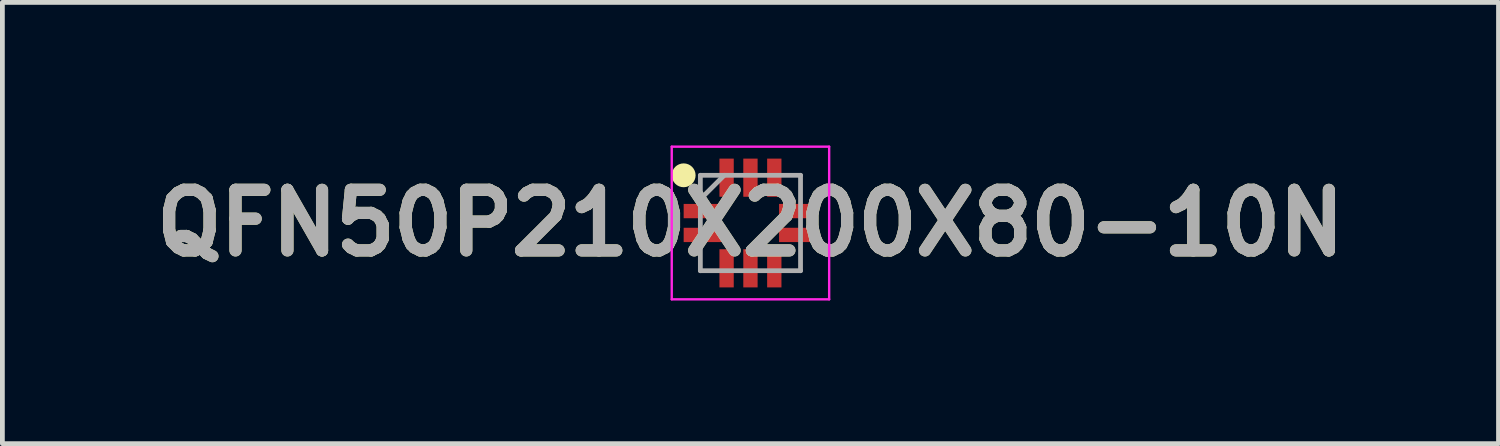
<source format=kicad_pcb>
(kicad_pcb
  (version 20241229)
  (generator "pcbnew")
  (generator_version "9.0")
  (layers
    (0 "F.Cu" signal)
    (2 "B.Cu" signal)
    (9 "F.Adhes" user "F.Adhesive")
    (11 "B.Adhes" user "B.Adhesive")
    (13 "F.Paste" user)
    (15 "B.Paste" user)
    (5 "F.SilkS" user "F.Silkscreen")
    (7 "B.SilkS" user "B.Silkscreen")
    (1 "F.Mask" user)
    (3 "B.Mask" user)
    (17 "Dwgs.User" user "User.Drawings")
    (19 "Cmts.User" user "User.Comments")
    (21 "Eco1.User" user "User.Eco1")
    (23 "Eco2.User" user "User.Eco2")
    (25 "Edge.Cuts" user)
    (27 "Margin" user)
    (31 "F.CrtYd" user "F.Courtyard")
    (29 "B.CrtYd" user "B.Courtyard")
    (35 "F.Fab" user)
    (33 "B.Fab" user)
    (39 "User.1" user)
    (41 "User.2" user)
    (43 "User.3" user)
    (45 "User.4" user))
  (footprint "QFN50P210X200X80-10N"
    (layer "F.Cu")
    (at 12.682 1.625)
    (property "Reference" "QFN50P210X200X80-10N" (at 0 0 0) (layer "F.SilkS") (effects (font (size 1.27 1.27) (thickness 0.254))))
    (attr smd)
    (fp_circle (center -1.4 -1) (end -1.4 -0.875) (stroke (width 0.25) (type solid)) (fill no) (layer "F.SilkS"))
    (fp_line (start -1.65 -1.6) (end 1.65 -1.6) (stroke (width 0.05) (type solid)) (layer "F.CrtYd"))
    (fp_line (start -1.65 1.6) (end -1.65 -1.6) (stroke (width 0.05) (type solid)) (layer "F.CrtYd"))
    (fp_line (start 1.65 -1.6) (end 1.65 1.6) (stroke (width 0.05) (type solid)) (layer "F.CrtYd"))
    (fp_line (start 1.65 1.6) (end -1.65 1.6) (stroke (width 0.05) (type solid)) (layer "F.CrtYd"))
    (fp_line (start -1.05 -1) (end 1.05 -1) (stroke (width 0.1) (type solid)) (layer "F.Fab"))
    (fp_line (start -1.05 -0.5) (end -0.55 -1) (stroke (width 0.1) (type solid)) (layer "F.Fab"))
    (fp_line (start -1.05 1) (end -1.05 -1) (stroke (width 0.1) (type solid)) (layer "F.Fab"))
    (fp_line (start 1.05 -1) (end 1.05 1) (stroke (width 0.1) (type solid)) (layer "F.Fab"))
    (fp_line (start 1.05 1) (end -1.05 1) (stroke (width 0.1) (type solid)) (layer "F.Fab"))
    (fp_text user "${REFERENCE}" (at 0 0 0) (layer "F.Fab") (effects (font (size 1.27 1.27) (thickness 0.254))))
    (pad "1" smd rect (at -1 -0.25 90) (size 0.3 0.8) (layers "F.Cu" "F.Mask" "F.Paste"))
    (pad "2" smd rect (at -1 0.25 90) (size 0.3 0.8) (layers "F.Cu" "F.Mask" "F.Paste"))
    (pad "3" smd rect (at -0.5 0.95) (size 0.3 0.8) (layers "F.Cu" "F.Mask" "F.Paste"))
    (pad "4" smd rect (at 0 0.95) (size 0.3 0.8) (layers "F.Cu" "F.Mask" "F.Paste"))
    (pad "5" smd rect (at 0.5 0.95) (size 0.3 0.8) (layers "F.Cu" "F.Mask" "F.Paste"))
    (pad "6" smd rect (at 1 0.25 90) (size 0.3 0.8) (layers "F.Cu" "F.Mask" "F.Paste"))
    (pad "7" smd rect (at 1 -0.25 90) (size 0.3 0.8) (layers "F.Cu" "F.Mask" "F.Paste"))
    (pad "8" smd rect (at 0.5 -0.95) (size 0.3 0.8) (layers "F.Cu" "F.Mask" "F.Paste"))
    (pad "9" smd rect (at 0 -0.95) (size 0.3 0.8) (layers "F.Cu" "F.Mask" "F.Paste"))
    (pad "10" smd rect (at -0.5 -0.95) (size 0.3 0.8) (layers "F.Cu" "F.Mask" "F.Paste")))
  (gr_rect
    (start -3 -3)
    (end 28.364 6.25)
    (stroke (width 0.1) (type default))
    (fill no)
    (layer "Edge.Cuts")))
</source>
